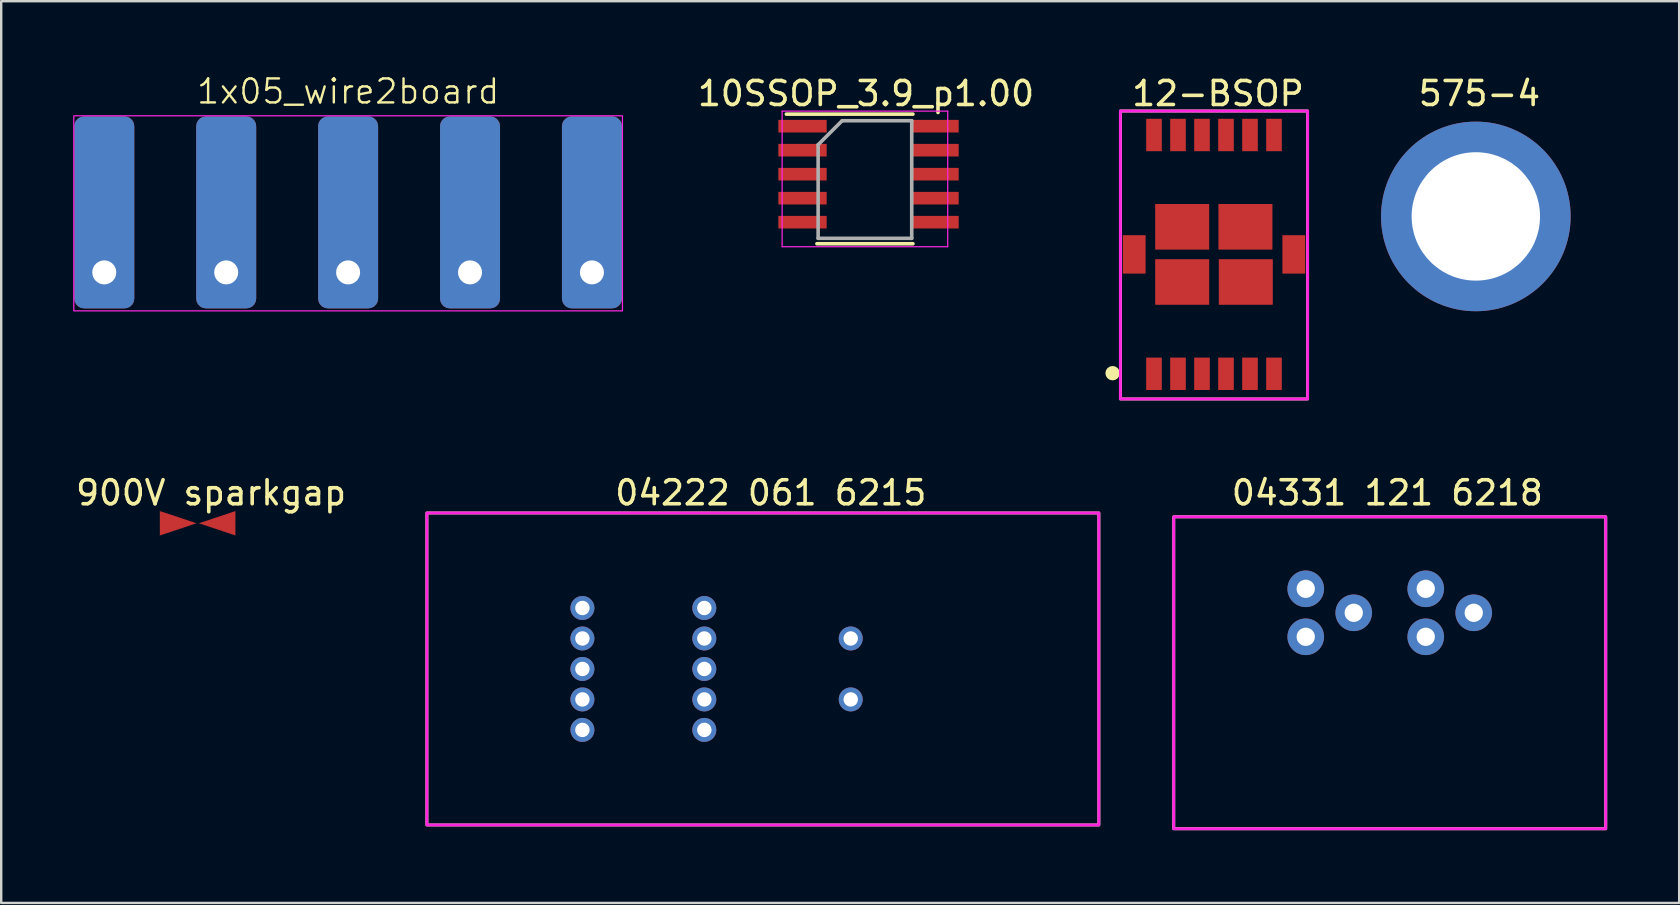
<source format=kicad_pcb>
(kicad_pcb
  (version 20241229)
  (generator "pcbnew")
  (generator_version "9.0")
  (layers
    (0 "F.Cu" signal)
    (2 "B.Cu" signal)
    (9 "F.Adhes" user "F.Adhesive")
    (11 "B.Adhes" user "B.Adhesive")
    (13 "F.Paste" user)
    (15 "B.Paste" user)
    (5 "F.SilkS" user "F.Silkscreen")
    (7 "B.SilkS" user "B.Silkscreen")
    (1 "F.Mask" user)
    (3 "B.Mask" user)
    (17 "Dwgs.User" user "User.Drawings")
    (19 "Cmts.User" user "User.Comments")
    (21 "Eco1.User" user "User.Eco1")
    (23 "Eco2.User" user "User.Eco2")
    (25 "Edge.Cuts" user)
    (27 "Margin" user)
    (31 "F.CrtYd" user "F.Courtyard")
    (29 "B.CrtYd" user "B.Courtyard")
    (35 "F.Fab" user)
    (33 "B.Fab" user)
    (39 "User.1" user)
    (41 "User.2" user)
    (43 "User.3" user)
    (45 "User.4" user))
  (footprint "1x05_wire2board"
    (layer "F.Cu")
    (at 3.835 3.3)
    (property "Reference" "1x05_wire2board" (at 7.62 -2.54 0) (unlocked yes) (layer "F.SilkS") (effects (font (size 1 1) (thickness 0.1))))
    (attr through_hole)
    (fp_rect (start -3.81 -1.524) (end 19.05 6.604) (stroke (width 0.05) (type default)) (fill no) (layer "F.CrtYd"))
    (pad "1" thru_hole roundrect (at -2.54 5) (size 2.5 8) (drill 1 (offset 0 -2.5)) (layers "*.Cu" "*.Mask") (roundrect_rratio 0.164))
    (pad "2" thru_hole roundrect (at 2.54 5) (size 2.5 8) (drill 1 (offset 0 -2.5)) (layers "*.Cu" "*.Mask") (roundrect_rratio 0.164))
    (pad "3" thru_hole roundrect (at 7.62 5) (size 2.5 8) (drill 1 (offset 0 -2.5)) (layers "*.Cu" "*.Mask") (roundrect_rratio 0.164))
    (pad "4" thru_hole roundrect (at 12.7 5) (size 2.5 8) (drill 1 (offset 0 -2.5)) (layers "*.Cu" "*.Mask") (roundrect_rratio 0.164))
    (pad "5" thru_hole roundrect (at 17.78 5) (size 2.5 8) (drill 1 (offset 0 -2.5)) (layers "*.Cu" "*.Mask") (roundrect_rratio 0.164))
    (zone (net_name "") (layer "F.Cu") (hatch edge 0.5) (connect_pads) (min_thickness 0.25) (filled_areas_thickness no) (keepout (tracks allowed) (vias allowed) (pads allowed) (copperpour not_allowed) (footprints allowed)) (placement (enabled no)) (fill) (polygon (pts (xy 22.865 1.8) (xy 22.865 9.8) (xy 0.045 9.8) (xy 0.045 1.8)))))
  (footprint "575-4"
    (layer "F.Cu")
    (at 58.445 5.968)
    (property "Reference" "575-4" (at 0.15 -5.12 0) (unlocked yes) (layer "F.SilkS") (effects (font (size 1 1) (thickness 0.15))))
    (attr through_hole)
    (pad "1" thru_hole circle (at 0 0) (size 7.9 7.9) (drill 5.35) (layers "*.Cu" "*.Mask")))
  (footprint "10SSOP_3.9_p1.00"
    (layer "F.Cu")
    (at 32.39 5.208)
    (property "Reference" "10SSOP_3.9_p1.00" (at 0.645 -4.36 0) (unlocked yes) (layer "F.SilkS") (effects (font (size 1 1) (thickness 0.15))))
    (attr smd)
    (fp_line (start -2.675 -3.502) (end 2.6 -3.502) (stroke (width 0.15) (type solid)) (layer "F.SilkS"))
    (fp_line (start -1.4 1.897) (end 2.6 1.897) (stroke (width 0.15) (type solid)) (layer "F.SilkS"))
    (fp_line (start -2.85 -3.627) (end -2.85 2.022) (stroke (width 0.05) (type solid)) (layer "F.CrtYd"))
    (fp_line (start -2.85 -3.627) (end 4.05 -3.627) (stroke (width 0.05) (type solid)) (layer "F.CrtYd"))
    (fp_line (start -2.85 2.022) (end 4.05 2.022) (stroke (width 0.05) (type solid)) (layer "F.CrtYd"))
    (fp_line (start 4.05 -3.627) (end 4.05 2.022) (stroke (width 0.05) (type solid)) (layer "F.CrtYd"))
    (fp_line (start -1.35 -2.228) (end -0.35 -3.228) (stroke (width 0.15) (type solid)) (layer "F.Fab"))
    (fp_line (start -1.35 1.673) (end -1.35 -2.228) (stroke (width 0.15) (type solid)) (layer "F.Fab"))
    (fp_line (start -0.35 -3.228) (end 2.55 -3.228) (stroke (width 0.15) (type solid)) (layer "F.Fab"))
    (fp_line (start 2.55 -3.228) (end 2.55 1.673) (stroke (width 0.15) (type solid)) (layer "F.Fab"))
    (fp_line (start 2.55 1.673) (end -1.35 1.673) (stroke (width 0.15) (type solid)) (layer "F.Fab"))
    (pad "1" smd rect (at -2 -3) (size 2.014 0.525) (layers "F.Cu" "F.Mask" "F.Paste"))
    (pad "2" smd rect (at -2 -2) (size 2.014 0.525) (layers "F.Cu" "F.Mask" "F.Paste"))
    (pad "3" smd rect (at -2 -1) (size 2.014 0.525) (layers "F.Cu" "F.Mask" "F.Paste"))
    (pad "4" smd rect (at -2 0) (size 2.014 0.525) (layers "F.Cu" "F.Mask" "F.Paste"))
    (pad "5" smd rect (at -2 1) (size 2.014 0.525) (layers "F.Cu" "F.Mask" "F.Paste"))
    (pad "6" smd rect (at 3.5 1) (size 2.014 0.525) (layers "F.Cu" "F.Mask" "F.Paste"))
    (pad "7" smd rect (at 3.5 0) (size 2.014 0.525) (layers "F.Cu" "F.Mask" "F.Paste"))
    (pad "8" smd rect (at 3.5 -1) (size 2.014 0.525) (layers "F.Cu" "F.Mask" "F.Paste"))
    (pad "9" smd rect (at 3.5 -2) (size 2.014 0.525) (layers "F.Cu" "F.Mask" "F.Paste"))
    (pad "10" smd rect (at 3.5 -3) (size 2.014 0.525) (layers "F.Cu" "F.Mask" "F.Paste")))
  (footprint "900V sparkgap"
    (layer "F.Cu")
    (at 5.185 18.754)
    (property "Reference" "900V sparkgap" (at 0.559 -1.27 0) (unlocked yes) (layer "F.SilkS") (effects (font (size 1 1) (thickness 0.15))))
    (attr smd exclude_from_bom)
    (pad "1" smd custom (at -1.066 0) (size 0.5 0.5) (layers "F.Cu") (options (anchor rect)) (primitives (gr_poly (pts (xy 1.016 0) (xy -0.508 -0.508) (xy -0.508 0.508)) (width 0.001) (fill yes))))
    (pad "2" smd custom (at 1.066 0 180) (size 0.5 0.5) (layers "F.Cu") (options (anchor rect)) (primitives (gr_poly (pts (xy 1.016 0) (xy -0.508 -0.508) (xy -0.508 0.508)) (width 0.0001) (fill yes)))))
  (footprint "12-BSOP"
    (layer "F.Cu")
    (at 45.035 2.575)
    (property "Reference" "12-BSOP" (at 2.667 -1.727 0) (unlocked yes) (layer "F.SilkS") (effects (font (size 1 1) (thickness 0.15))))
    (attr smd)
    (fp_rect (start -1.4 -1) (end 6.4 11) (stroke (width 0.12) (type default)) (fill no) (layer "F.SilkS"))
    (fp_circle (center -1.725 9.925) (end -1.725 9.925) (stroke (width 0.3) (type default)) (fill no) (layer "F.SilkS"))
    (fp_rect (start -1.4 -1) (end 6.4 11) (stroke (width 0.12) (type default)) (fill no) (layer "F.CrtYd"))
    (pad "1" smd rect (at 0 9.95) (size 0.65 1.35) (layers "F.Cu" "F.Mask" "F.Paste"))
    (pad "2" smd rect (at 1 9.95) (size 0.65 1.35) (layers "F.Cu" "F.Mask" "F.Paste"))
    (pad "3" smd rect (at 2 9.95) (size 0.65 1.35) (layers "F.Cu" "F.Mask" "F.Paste"))
    (pad "4" smd rect (at 3 9.95) (size 0.65 1.35) (layers "F.Cu" "F.Mask" "F.Paste"))
    (pad "5" smd rect (at 4 9.95) (size 0.65 1.35) (layers "F.Cu" "F.Mask" "F.Paste"))
    (pad "6" smd rect (at 5 9.95) (size 0.65 1.35) (layers "F.Cu" "F.Mask" "F.Paste"))
    (pad "7" smd rect (at 5 0) (size 0.65 1.35) (layers "F.Cu" "F.Mask" "F.Paste"))
    (pad "8" smd rect (at 4 0) (size 0.65 1.35) (layers "F.Cu" "F.Mask" "F.Paste"))
    (pad "9" smd rect (at 3 0) (size 0.65 1.35) (layers "F.Cu" "F.Mask" "F.Paste"))
    (pad "10" smd rect (at 2 0) (size 0.65 1.35) (layers "F.Cu" "F.Mask" "F.Paste"))
    (pad "11" smd rect (at 1 0) (size 0.65 1.35) (layers "F.Cu" "F.Mask" "F.Paste"))
    (pad "12" smd rect (at 0 0) (size 0.65 1.35) (layers "F.Cu" "F.Mask" "F.Paste"))
    (pad "13" smd rect (at -0.825 4.975) (size 0.95 1.6) (layers "F.Cu" "F.Mask" "F.Paste"))
    (pad "13" smd rect (at 1.175 3.825) (size 2.25 1.9) (layers "F.Cu" "F.Mask" "F.Paste"))
    (pad "13" smd rect (at 1.175 6.125) (size 2.25 1.9) (layers "F.Cu" "F.Mask" "F.Paste"))
    (pad "13" smd rect (at 3.81 3.825) (size 2.25 1.9) (layers "F.Cu" "F.Mask" "F.Paste"))
    (pad "13" smd rect (at 3.825 6.125) (size 2.25 1.9) (layers "F.Cu" "F.Mask" "F.Paste"))
    (pad "13" smd rect (at 5.825 4.975) (size 0.95 1.6) (layers "F.Cu" "F.Mask" "F.Paste")))
  (footprint "04331 121 6218"
    (layer "F.Cu")
    (at 54.858 22.484)
    (property "Reference" "04331 121 6218" (at -0.1 -5 0) (unlocked yes) (layer "F.SilkS") (effects (font (size 1 1) (thickness 0.15))))
    (attr through_hole)
    (fp_rect (start -9 -4) (end 9 9) (stroke (width 0.12) (type solid)) (fill no) (layer "F.SilkS"))
    (fp_rect (start -9 -4) (end 9 9) (stroke (width 0.12) (type solid)) (fill no) (layer "F.CrtYd"))
    (pad "1" thru_hole circle (at 1.5 1) (size 1.524 1.524) (drill 0.762) (layers "*.Cu" "*.Mask"))
    (pad "2" thru_hole circle (at 3.5 0) (size 1.524 1.524) (drill 0.762) (layers "*.Cu" "*.Mask"))
    (pad "3" thru_hole circle (at 1.5 -1) (size 1.524 1.524) (drill 0.762) (layers "*.Cu" "*.Mask"))
    (pad "4" thru_hole circle (at -3.5 -1) (size 1.524 1.524) (drill 0.762) (layers "*.Cu" "*.Mask"))
    (pad "5" thru_hole circle (at -1.5 0) (size 1.524 1.524) (drill 0.762) (layers "*.Cu" "*.Mask"))
    (pad "6" thru_hole circle (at -3.5 1) (size 1.524 1.524) (drill 0.762) (layers "*.Cu" "*.Mask")))
  (footprint "04222 061 6215"
    (layer "F.Cu")
    (at 14.738 31.324)
    (property "Reference" "04222 061 6215" (at 14.33 -13.84 0) (unlocked yes) (layer "F.SilkS") (effects (font (size 1 1) (thickness 0.15))))
    (attr through_hole)
    (fp_rect (start 0 0) (end 28 -13) (stroke (width 0.12) (type solid)) (fill no) (layer "F.SilkS"))
    (fp_rect (start 0 0) (end 28 -13) (stroke (width 0.12) (type solid)) (fill no) (layer "F.CrtYd"))
    (pad "1" thru_hole circle (at 11.56 -9.04) (size 1 1) (drill 0.6) (layers "*.Cu" "*.Mask"))
    (pad "1_k" thru_hole circle (at 6.48 -9.04) (size 1 1) (drill 0.6) (layers "*.Cu" "*.Mask"))
    (pad "2" thru_hole circle (at 11.56 -7.77) (size 1 1) (drill 0.6) (layers "*.Cu" "*.Mask"))
    (pad "2_k" thru_hole circle (at 6.48 -7.77) (size 1 1) (drill 0.6) (layers "*.Cu" "*.Mask"))
    (pad "3" thru_hole circle (at 11.56 -6.5) (size 1 1) (drill 0.6) (layers "*.Cu" "*.Mask"))
    (pad "3_k" thru_hole circle (at 6.48 -6.5) (size 1 1) (drill 0.6) (layers "*.Cu" "*.Mask"))
    (pad "4" thru_hole circle (at 11.56 -5.23) (size 1 1) (drill 0.6) (layers "*.Cu" "*.Mask"))
    (pad "4_k" thru_hole circle (at 6.48 -5.23) (size 1 1) (drill 0.6) (layers "*.Cu" "*.Mask"))
    (pad "5" thru_hole circle (at 11.56 -3.96) (size 1 1) (drill 0.6) (layers "*.Cu" "*.Mask"))
    (pad "5_k" thru_hole circle (at 6.48 -3.96) (size 1 1) (drill 0.6) (layers "*.Cu" "*.Mask"))
    (pad "6" thru_hole circle (at 17.66 -7.77) (size 1 1) (drill 0.6) (layers "*.Cu" "*.Mask"))
    (pad "6_k" thru_hole circle (at 17.66 -5.23) (size 1 1) (drill 0.6) (layers "*.Cu" "*.Mask")))
  (gr_rect
    (start -3 -3)
    (end 66.918 34.574)
    (stroke (width 0.1) (type default))
    (fill no)
    (layer "Edge.Cuts")))
</source>
